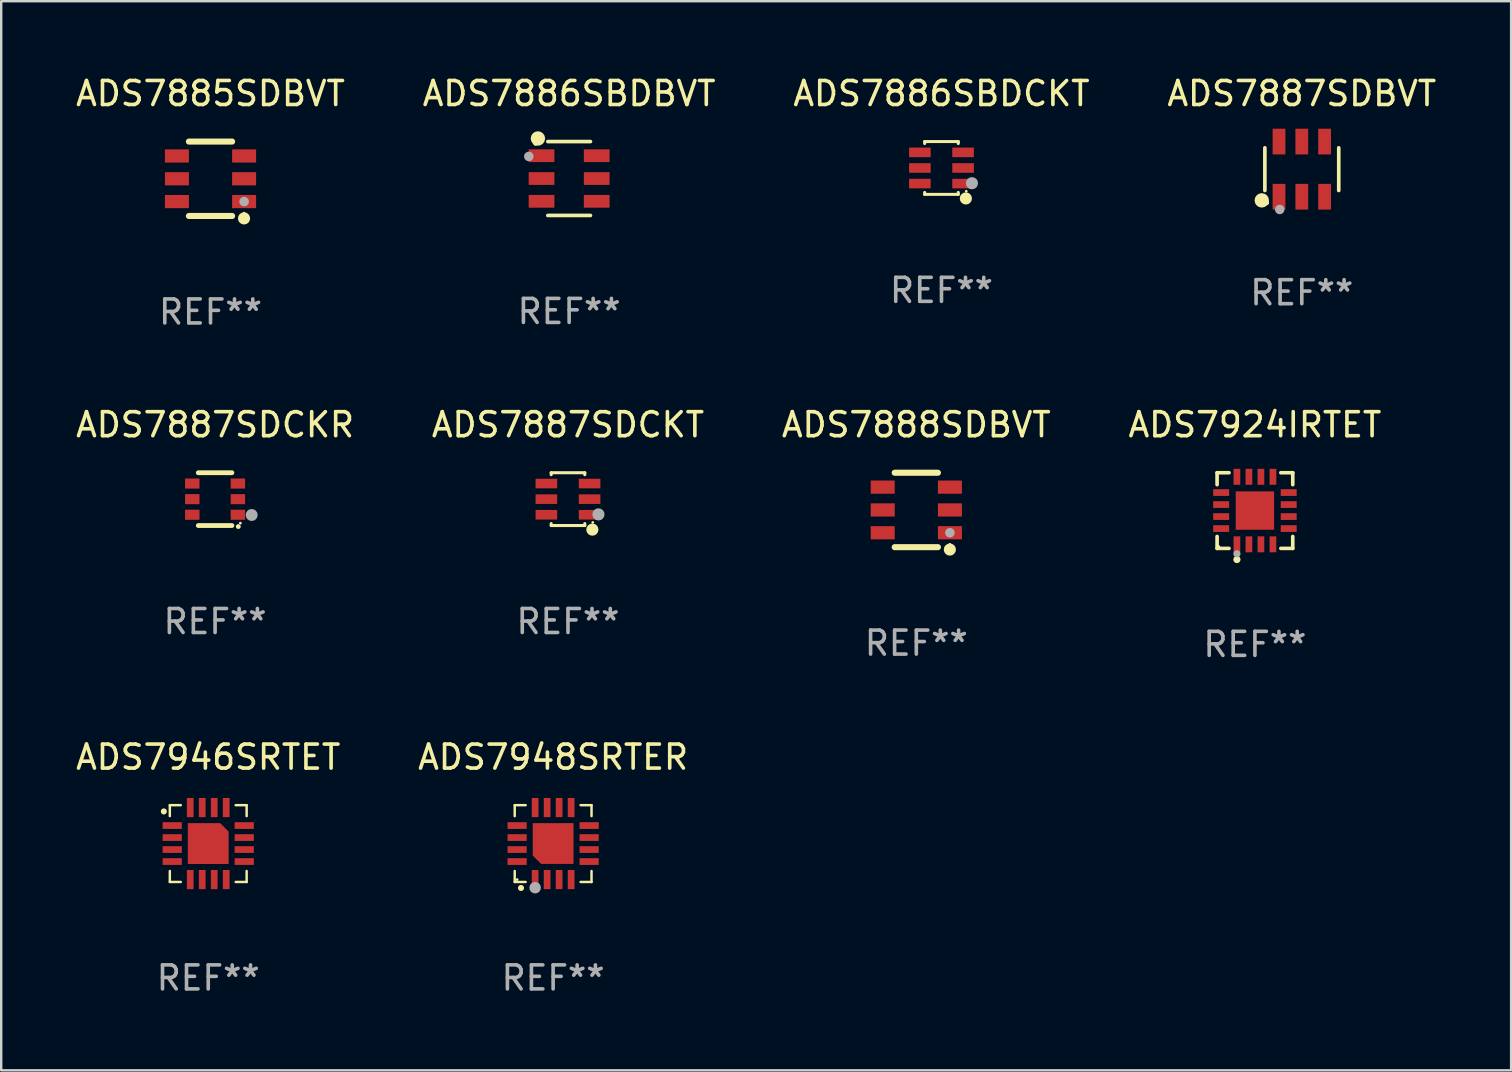
<source format=kicad_pcb>
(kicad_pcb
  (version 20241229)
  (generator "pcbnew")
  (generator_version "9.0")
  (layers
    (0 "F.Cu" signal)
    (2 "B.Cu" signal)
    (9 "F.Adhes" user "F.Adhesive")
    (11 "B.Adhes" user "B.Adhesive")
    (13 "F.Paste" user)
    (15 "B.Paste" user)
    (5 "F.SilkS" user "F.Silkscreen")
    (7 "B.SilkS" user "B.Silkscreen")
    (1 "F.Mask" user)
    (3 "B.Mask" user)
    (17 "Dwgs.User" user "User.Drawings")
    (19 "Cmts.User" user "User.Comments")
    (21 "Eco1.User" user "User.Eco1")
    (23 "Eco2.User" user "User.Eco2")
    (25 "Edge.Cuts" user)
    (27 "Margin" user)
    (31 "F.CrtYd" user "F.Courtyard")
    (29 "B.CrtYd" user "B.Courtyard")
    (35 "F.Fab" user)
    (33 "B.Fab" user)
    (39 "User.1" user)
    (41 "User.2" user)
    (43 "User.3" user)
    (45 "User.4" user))
  (footprint "ADS7946SRTET"
    (layer "F.Cu")
    (at 5.625 32.094)
    (property "Reference" "ADS7946SRTET" (at 0 -3.6 0) (layer "F.SilkS") (effects (font (size 1 1) (thickness 0.15))))
    (attr through_hole)
    (fp_line (start -1.6 -1.6) (end -1.6 -1.144) (stroke (width 0.102) (type solid)) (layer "F.SilkS"))
    (fp_line (start -1.6 1.144) (end -1.6 1.6) (stroke (width 0.102) (type solid)) (layer "F.SilkS"))
    (fp_line (start -1.6 1.6) (end -1.144 1.6) (stroke (width 0.102) (type solid)) (layer "F.SilkS"))
    (fp_line (start -1.144 -1.6) (end -1.6 -1.6) (stroke (width 0.102) (type solid)) (layer "F.SilkS"))
    (fp_line (start 1.144 1.6) (end 1.6 1.6) (stroke (width 0.102) (type solid)) (layer "F.SilkS"))
    (fp_line (start 1.6 -1.6) (end 1.144 -1.6) (stroke (width 0.102) (type solid)) (layer "F.SilkS"))
    (fp_line (start 1.6 -1.6) (end 1.6 -1.144) (stroke (width 0.102) (type solid)) (layer "F.SilkS"))
    (fp_line (start 1.6 1.144) (end 1.6 1.6) (stroke (width 0.102) (type solid)) (layer "F.SilkS"))
    (fp_arc (start -1.850114 -1.337414) (mid -1.850185 -1.338684) (end -1.850114 -1.339954) (stroke (width 0.25) (type solid)) (layer "F.SilkS"))
    (fp_text user "REF**" (at 0 5.6 0) (layer "F.Fab") (effects (font (size 1 1) (thickness 0.15))))
    (pad "1" smd rect (at -1.5 -0.75 270) (size 0.28 0.8) (layers "F.Cu" "F.Mask" "F.Paste"))
    (pad "2" smd rect (at -1.5 -0.25 270) (size 0.28 0.8) (layers "F.Cu" "F.Mask" "F.Paste"))
    (pad "3" smd rect (at -1.5 0.25 270) (size 0.28 0.8) (layers "F.Cu" "F.Mask" "F.Paste"))
    (pad "4" smd rect (at -1.5 0.75 270) (size 0.28 0.8) (layers "F.Cu" "F.Mask" "F.Paste"))
    (pad "5" smd rect (at -0.75 1.5 270) (size 0.8 0.28) (layers "F.Cu" "F.Mask" "F.Paste"))
    (pad "6" smd rect (at -0.25 1.5 270) (size 0.8 0.28) (layers "F.Cu" "F.Mask" "F.Paste"))
    (pad "7" smd rect (at 0.25 1.5 270) (size 0.8 0.28) (layers "F.Cu" "F.Mask" "F.Paste"))
    (pad "8" smd rect (at 0.75 1.5 270) (size 0.8 0.28) (layers "F.Cu" "F.Mask" "F.Paste"))
    (pad "9" smd rect (at 1.5 0.75 270) (size 0.28 0.8) (layers "F.Cu" "F.Mask" "F.Paste"))
    (pad "10" smd rect (at 1.5 0.25 270) (size 0.28 0.8) (layers "F.Cu" "F.Mask" "F.Paste"))
    (pad "11" smd rect (at 1.5 -0.25 270) (size 0.28 0.8) (layers "F.Cu" "F.Mask" "F.Paste"))
    (pad "12" smd rect (at 1.5 -0.75 270) (size 0.28 0.8) (layers "F.Cu" "F.Mask" "F.Paste"))
    (pad "13" smd rect (at 0.75 -1.5 270) (size 0.8 0.28) (layers "F.Cu" "F.Mask" "F.Paste"))
    (pad "14" smd rect (at 0.25 -1.5 270) (size 0.8 0.28) (layers "F.Cu" "F.Mask" "F.Paste"))
    (pad "15" smd rect (at -0.25 -1.5 270) (size 0.8 0.28) (layers "F.Cu" "F.Mask" "F.Paste"))
    (pad "16" smd rect (at -0.75 -1.5 270) (size 0.8 0.28) (layers "F.Cu" "F.Mask" "F.Paste"))
    (pad "17" smd custom (at 0.000025 0.000178 270) (size 1.7 1.7) (layers "F.Cu" "F.Mask" "F.Paste") (options (anchor circle)) (primitives (gr_poly (pts (xy 0.85 -0.85) (xy 0.85 0.85) (xy -0.85 0.85) (xy -0.85 -0.5) (xy -0.5 -0.85)) (width 0) (fill yes)))))
  (footprint "ADS7888SDBVT"
    (layer "F.Cu")
    (at 35.125 18.195)
    (property "Reference" "ADS7888SDBVT" (at 0 -3.55 0) (layer "F.SilkS") (effects (font (size 1 1) (thickness 0.15))))
    (attr through_hole)
    (fp_line (start -0.9 -1.55) (end 0.9 -1.55) (stroke (width 0.254) (type solid)) (layer "F.SilkS"))
    (fp_line (start -0.9 1.55) (end 0.9 1.55) (stroke (width 0.254) (type solid)) (layer "F.SilkS"))
    (fp_circle (center 1.397 1.651) (end 1.524 1.651) (stroke (width 0.254) (type solid)) (fill no) (layer "F.SilkS"))
    (fp_circle (center 1.4 1.435) (end 1.43 1.435) (stroke (width 0.06) (type solid)) (fill no) (layer "F.SilkS"))
    (fp_circle (center 1.4 0.95) (end 1.5 0.95) (stroke (width 0.2) (type solid)) (fill no) (layer "F.Fab"))
    (fp_text user "REF**" (at 0 5.55 0) (layer "F.Fab") (effects (font (size 1 1) (thickness 0.15))))
    (pad "1" smd rect (at 1.4 0.95) (size 1 0.55) (layers "F.Cu" "F.Mask" "F.Paste"))
    (pad "2" smd rect (at 1.4 -0.000102) (size 1 0.55) (layers "F.Cu" "F.Mask" "F.Paste"))
    (pad "3" smd rect (at 1.4 -0.95) (size 1 0.55) (layers "F.Cu" "F.Mask" "F.Paste"))
    (pad "4" smd rect (at -1.4 -0.95) (size 1 0.55) (layers "F.Cu" "F.Mask" "F.Paste"))
    (pad "5" smd rect (at -1.4 -0.000102) (size 1 0.55) (layers "F.Cu" "F.Mask" "F.Paste"))
    (pad "6" smd rect (at -1.4 0.95) (size 1 0.55) (layers "F.Cu" "F.Mask" "F.Paste")))
  (footprint "ADS7948SRTER"
    (layer "F.Cu")
    (at 19.994 32.094)
    (property "Reference" "ADS7948SRTER" (at 0 -3.6 0) (layer "F.SilkS") (effects (font (size 1 1) (thickness 0.15))))
    (attr through_hole)
    (fp_line (start -1.6 -1.6) (end -1.6 -1.144) (stroke (width 0.102) (type solid)) (layer "F.SilkS"))
    (fp_line (start -1.6 -1.6) (end -1.144 -1.6) (stroke (width 0.102) (type solid)) (layer "F.SilkS"))
    (fp_line (start -1.6 1.144) (end -1.6 1.6) (stroke (width 0.102) (type solid)) (layer "F.SilkS"))
    (fp_line (start -1.6 1.6) (end -1.144 1.6) (stroke (width 0.102) (type solid)) (layer "F.SilkS"))
    (fp_line (start 1.144 -1.6) (end 1.6 -1.6) (stroke (width 0.102) (type solid)) (layer "F.SilkS"))
    (fp_line (start 1.144 1.6) (end 1.6 1.6) (stroke (width 0.102) (type solid)) (layer "F.SilkS"))
    (fp_line (start 1.6 -1.144) (end 1.6 -1.6) (stroke (width 0.102) (type solid)) (layer "F.SilkS"))
    (fp_line (start 1.6 1.6) (end 1.6 1.144) (stroke (width 0.102) (type solid)) (layer "F.SilkS"))
    (fp_arc (start -1.339954 1.850114) (mid -1.338684 1.850043) (end -1.337414 1.850114) (stroke (width 0.25) (type solid)) (layer "F.SilkS"))
    (fp_circle (center -1.5 1.5) (end -1.47 1.5) (stroke (width 0.06) (type solid)) (fill no) (layer "F.SilkS"))
    (fp_circle (center -0.75 1.84) (end -0.63 1.84) (stroke (width 0.24) (type solid)) (fill no) (layer "F.Fab"))
    (fp_text user "REF**" (at 0 5.6 0) (layer "F.Fab") (effects (font (size 1 1) (thickness 0.15))))
    (pad "1" smd rect (at -0.75 1.5) (size 0.28 0.8) (layers "F.Cu" "F.Mask" "F.Paste"))
    (pad "2" smd rect (at -0.25 1.5) (size 0.28 0.8) (layers "F.Cu" "F.Mask" "F.Paste"))
    (pad "3" smd rect (at 0.25 1.5) (size 0.28 0.8) (layers "F.Cu" "F.Mask" "F.Paste"))
    (pad "4" smd rect (at 0.75 1.5) (size 0.28 0.8) (layers "F.Cu" "F.Mask" "F.Paste"))
    (pad "5" smd rect (at 1.5 0.75) (size 0.8 0.28) (layers "F.Cu" "F.Mask" "F.Paste"))
    (pad "6" smd rect (at 1.5 0.25) (size 0.8 0.28) (layers "F.Cu" "F.Mask" "F.Paste"))
    (pad "7" smd rect (at 1.5 -0.25) (size 0.8 0.28) (layers "F.Cu" "F.Mask" "F.Paste"))
    (pad "8" smd rect (at 1.5 -0.75) (size 0.8 0.28) (layers "F.Cu" "F.Mask" "F.Paste"))
    (pad "9" smd rect (at 0.75 -1.5) (size 0.28 0.8) (layers "F.Cu" "F.Mask" "F.Paste"))
    (pad "10" smd rect (at 0.25 -1.5) (size 0.28 0.8) (layers "F.Cu" "F.Mask" "F.Paste"))
    (pad "11" smd rect (at -0.25 -1.5) (size 0.28 0.8) (layers "F.Cu" "F.Mask" "F.Paste"))
    (pad "12" smd rect (at -0.75 -1.5) (size 0.28 0.8) (layers "F.Cu" "F.Mask" "F.Paste"))
    (pad "13" smd rect (at -1.5 -0.75) (size 0.8 0.28) (layers "F.Cu" "F.Mask" "F.Paste"))
    (pad "14" smd rect (at -1.5 -0.25) (size 0.8 0.28) (layers "F.Cu" "F.Mask" "F.Paste"))
    (pad "15" smd rect (at -1.5 0.25) (size 0.8 0.28) (layers "F.Cu" "F.Mask" "F.Paste"))
    (pad "16" smd rect (at -1.5 0.75) (size 0.8 0.28) (layers "F.Cu" "F.Mask" "F.Paste"))
    (pad "17" smd custom (at 0.000178 -0.000025) (size 1.7 1.7) (layers "F.Cu" "F.Mask" "F.Paste") (options (anchor circle)) (primitives (gr_poly (pts (xy -0.85 -0.85) (xy 0.85 -0.85) (xy 0.85 0.85) (xy -0.5 0.85) (xy -0.85 0.5)) (width 0) (fill yes)))))
  (footprint "ADS7886SBDBVT"
    (layer "F.Cu")
    (at 20.661 4.387)
    (property "Reference" "ADS7886SBDBVT" (at 0 -3.539 0) (layer "F.SilkS") (effects (font (size 1 1) (thickness 0.15))))
    (attr through_hole)
    (fp_line (start -0.889 -1.539) (end 0.889 -1.539) (stroke (width 0.152) (type solid)) (layer "F.SilkS"))
    (fp_line (start -0.889 1.539) (end 0.889 1.539) (stroke (width 0.152) (type solid)) (layer "F.SilkS"))
    (fp_circle (center -1.4 -1.463) (end -1.35 -1.463) (stroke (width 0.1) (type solid)) (fill no) (layer "F.SilkS"))
    (fp_circle (center -1.301 -1.668) (end -1.151 -1.668) (stroke (width 0.3) (type solid)) (fill no) (layer "F.SilkS"))
    (fp_circle (center -1.68 -0.92) (end -1.58 -0.92) (stroke (width 0.2) (type solid)) (fill no) (layer "F.Fab"))
    (fp_text user "REF**" (at 0 5.539 0) (layer "F.Fab") (effects (font (size 1 1) (thickness 0.15))))
    (pad "1" smd rect (at -1.149 -0.95 270) (size 0.532 1.072) (layers "F.Cu" "F.Mask" "F.Paste"))
    (pad "2" smd rect (at -1.149 0.000102 270) (size 0.532 1.072) (layers "F.Cu" "F.Mask" "F.Paste"))
    (pad "3" smd rect (at -1.149 0.95 270) (size 0.532 1.072) (layers "F.Cu" "F.Mask" "F.Paste"))
    (pad "4" smd rect (at 1.149 0.95 270) (size 0.532 1.072) (layers "F.Cu" "F.Mask" "F.Paste"))
    (pad "5" smd rect (at 1.149 0.000102 270) (size 0.532 1.072) (layers "F.Cu" "F.Mask" "F.Paste"))
    (pad "6" smd rect (at 1.149 -0.95 270) (size 0.532 1.072) (layers "F.Cu" "F.Mask" "F.Paste")))
  (footprint "ADS7885SDBVT"
    (layer "F.Cu")
    (at 5.72 4.398)
    (property "Reference" "ADS7885SDBVT" (at 0 -3.55 0) (layer "F.SilkS") (effects (font (size 1 1) (thickness 0.15))))
    (attr through_hole)
    (fp_line (start -0.9 -1.55) (end 0.9 -1.55) (stroke (width 0.254) (type solid)) (layer "F.SilkS"))
    (fp_line (start -0.9 1.55) (end 0.9 1.55) (stroke (width 0.254) (type solid)) (layer "F.SilkS"))
    (fp_circle (center 1.397 1.651) (end 1.524 1.651) (stroke (width 0.254) (type solid)) (fill no) (layer "F.SilkS"))
    (fp_circle (center 1.4 1.435) (end 1.43 1.435) (stroke (width 0.06) (type solid)) (fill no) (layer "F.SilkS"))
    (fp_circle (center 1.4 0.95) (end 1.5 0.95) (stroke (width 0.2) (type solid)) (fill no) (layer "F.Fab"))
    (fp_text user "REF**" (at 0 5.55 0) (layer "F.Fab") (effects (font (size 1 1) (thickness 0.15))))
    (pad "1" smd rect (at 1.4 0.95) (size 1 0.55) (layers "F.Cu" "F.Mask" "F.Paste"))
    (pad "2" smd rect (at 1.4 -0.000102) (size 1 0.55) (layers "F.Cu" "F.Mask" "F.Paste"))
    (pad "3" smd rect (at 1.4 -0.95) (size 1 0.55) (layers "F.Cu" "F.Mask" "F.Paste"))
    (pad "4" smd rect (at -1.4 -0.95) (size 1 0.55) (layers "F.Cu" "F.Mask" "F.Paste"))
    (pad "5" smd rect (at -1.4 -0.000102) (size 1 0.55) (layers "F.Cu" "F.Mask" "F.Paste"))
    (pad "6" smd rect (at -1.4 0.95) (size 1 0.55) (layers "F.Cu" "F.Mask" "F.Paste")))
  (footprint "ADS7887SDBVT"
    (layer "F.Cu")
    (at 51.185 3.997)
    (property "Reference" "ADS7887SDBVT" (at 0 -3.149 0) (layer "F.SilkS") (effects (font (size 1 1) (thickness 0.15))))
    (attr through_hole)
    (fp_line (start -1.539 0.889) (end -1.539 -0.889) (stroke (width 0.152) (type solid)) (layer "F.SilkS"))
    (fp_line (start 1.539 0.889) (end 1.539 -0.889) (stroke (width 0.152) (type solid)) (layer "F.SilkS"))
    (fp_circle (center -1.668 1.301) (end -1.518 1.301) (stroke (width 0.3) (type solid)) (fill no) (layer "F.SilkS"))
    (fp_circle (center -1.463 1.4) (end -1.413 1.4) (stroke (width 0.1) (type solid)) (fill no) (layer "F.SilkS"))
    (fp_circle (center -0.92 1.68) (end -0.82 1.68) (stroke (width 0.2) (type solid)) (fill no) (layer "F.Fab"))
    (fp_text user "REF**" (at 0 5.149 0) (layer "F.Fab") (effects (font (size 1 1) (thickness 0.15))))
    (pad "1" smd rect (at -0.95 1.149) (size 0.532 1.072) (layers "F.Cu" "F.Mask" "F.Paste"))
    (pad "2" smd rect (at 0 1.149) (size 0.532 1.072) (layers "F.Cu" "F.Mask" "F.Paste"))
    (pad "3" smd rect (at 0.95 1.149) (size 0.532 1.072) (layers "F.Cu" "F.Mask" "F.Paste"))
    (pad "4" smd rect (at 0.95 -1.149) (size 0.532 1.072) (layers "F.Cu" "F.Mask" "F.Paste"))
    (pad "5" smd rect (at 0 -1.149) (size 0.532 1.072) (layers "F.Cu" "F.Mask" "F.Paste"))
    (pad "6" smd rect (at -0.95 -1.149) (size 0.532 1.072) (layers "F.Cu" "F.Mask" "F.Paste")))
  (footprint "ADS7924IRTET"
    (layer "F.Cu")
    (at 49.232 18.221)
    (property "Reference" "ADS7924IRTET" (at 0 -3.576 0) (layer "F.SilkS") (effects (font (size 1 1) (thickness 0.15))))
    (attr through_hole)
    (fp_line (start -1.576 -1.576) (end -1.08 -1.576) (stroke (width 0.152) (type solid)) (layer "F.SilkS"))
    (fp_line (start -1.576 -1.08) (end -1.576 -1.576) (stroke (width 0.152) (type solid)) (layer "F.SilkS"))
    (fp_line (start -1.576 1.08) (end -1.576 1.576) (stroke (width 0.152) (type solid)) (layer "F.SilkS"))
    (fp_line (start -1.576 1.576) (end -1.08 1.576) (stroke (width 0.152) (type solid)) (layer "F.SilkS"))
    (fp_line (start 1.576 -1.576) (end 1.08 -1.576) (stroke (width 0.152) (type solid)) (layer "F.SilkS"))
    (fp_line (start 1.576 -1.08) (end 1.576 -1.576) (stroke (width 0.152) (type solid)) (layer "F.SilkS"))
    (fp_line (start 1.576 1.08) (end 1.576 1.576) (stroke (width 0.152) (type solid)) (layer "F.SilkS"))
    (fp_line (start 1.576 1.576) (end 1.08 1.576) (stroke (width 0.152) (type solid)) (layer "F.SilkS"))
    (fp_circle (center -1.5 1.5) (end -1.47 1.5) (stroke (width 0.06) (type solid)) (fill no) (layer "F.SilkS"))
    (fp_circle (center -0.75 2.04) (end -0.675 2.04) (stroke (width 0.15) (type solid)) (fill no) (layer "F.SilkS"))
    (fp_circle (center -0.75 1.8) (end -0.675 1.8) (stroke (width 0.15) (type solid)) (fill no) (layer "F.Fab"))
    (fp_text user "REF**" (at 0 5.576 0) (layer "F.Fab") (effects (font (size 1 1) (thickness 0.15))))
    (pad "1" smd rect (at -0.75 1.407) (size 0.28 0.665) (layers "F.Cu" "F.Mask" "F.Paste"))
    (pad "2" smd rect (at -0.25 1.407) (size 0.28 0.665) (layers "F.Cu" "F.Mask" "F.Paste"))
    (pad "3" smd rect (at 0.25 1.407) (size 0.28 0.665) (layers "F.Cu" "F.Mask" "F.Paste"))
    (pad "4" smd rect (at 0.75 1.407) (size 0.28 0.665) (layers "F.Cu" "F.Mask" "F.Paste"))
    (pad "5" smd rect (at 1.407 0.75) (size 0.665 0.28) (layers "F.Cu" "F.Mask" "F.Paste"))
    (pad "6" smd rect (at 1.407 0.25) (size 0.665 0.28) (layers "F.Cu" "F.Mask" "F.Paste"))
    (pad "7" smd rect (at 1.407 -0.25) (size 0.665 0.28) (layers "F.Cu" "F.Mask" "F.Paste"))
    (pad "8" smd rect (at 1.407 -0.75) (size 0.665 0.28) (layers "F.Cu" "F.Mask" "F.Paste"))
    (pad "9" smd rect (at 0.75 -1.407) (size 0.28 0.665) (layers "F.Cu" "F.Mask" "F.Paste"))
    (pad "10" smd rect (at 0.25 -1.407) (size 0.28 0.665) (layers "F.Cu" "F.Mask" "F.Paste"))
    (pad "11" smd rect (at -0.25 -1.407) (size 0.28 0.665) (layers "F.Cu" "F.Mask" "F.Paste"))
    (pad "12" smd rect (at -0.75 -1.407) (size 0.28 0.665) (layers "F.Cu" "F.Mask" "F.Paste"))
    (pad "13" smd rect (at -1.407 -0.75) (size 0.665 0.28) (layers "F.Cu" "F.Mask" "F.Paste"))
    (pad "14" smd rect (at -1.407 -0.25) (size 0.665 0.28) (layers "F.Cu" "F.Mask" "F.Paste"))
    (pad "15" smd rect (at -1.407 0.25) (size 0.665 0.28) (layers "F.Cu" "F.Mask" "F.Paste"))
    (pad "16" smd rect (at -1.407 0.75) (size 0.665 0.28) (layers "F.Cu" "F.Mask" "F.Paste"))
    (pad "17" smd rect (at 0 0) (size 1.6 1.6) (layers "F.Cu" "F.Mask" "F.Paste")))
  (footprint "ADS7887SDCKT"
    (layer "F.Cu")
    (at 20.613 17.745)
    (property "Reference" "ADS7887SDCKT" (at 0 -3.1 0) (layer "F.SilkS") (effects (font (size 1 1) (thickness 0.15))))
    (attr through_hole)
    (fp_line (start -0.7 -1.018) (end -0.7 -1.1) (stroke (width 0.127) (type solid)) (layer "F.SilkS"))
    (fp_line (start -0.7 1.1) (end -0.7 1.018) (stroke (width 0.127) (type solid)) (layer "F.SilkS"))
    (fp_line (start 0.7 -1.1) (end -0.7 -1.1) (stroke (width 0.127) (type solid)) (layer "F.SilkS"))
    (fp_line (start 0.7 -1.018) (end 0.7 -1.1) (stroke (width 0.127) (type solid)) (layer "F.SilkS"))
    (fp_line (start 0.7 1.1) (end -0.7 1.1) (stroke (width 0.127) (type solid)) (layer "F.SilkS"))
    (fp_line (start 0.7 1.1) (end 0.7 1.018) (stroke (width 0.127) (type solid)) (layer "F.SilkS"))
    (fp_circle (center 1.016 1.27) (end 1.143 1.27) (stroke (width 0.254) (type solid)) (fill no) (layer "F.SilkS"))
    (fp_circle (center 1.032 0.97) (end 1.062 0.97) (stroke (width 0.06) (type solid)) (fill no) (layer "F.SilkS"))
    (fp_circle (center 1.27 0.635) (end 1.397 0.635) (stroke (width 0.254) (type solid)) (fill no) (layer "F.Fab"))
    (fp_text user "REF**" (at 0 5.1 0) (layer "F.Fab") (effects (font (size 1 1) (thickness 0.15))))
    (pad "1" smd rect (at 0.9 0.65 90) (size 0.4 0.9) (layers "F.Cu" "F.Mask" "F.Paste"))
    (pad "2" smd rect (at 0.9 -0.000102 90) (size 0.4 0.9) (layers "F.Cu" "F.Mask" "F.Paste"))
    (pad "3" smd rect (at 0.9 -0.65 90) (size 0.4 0.9) (layers "F.Cu" "F.Mask" "F.Paste"))
    (pad "4" smd rect (at -0.9 -0.65 90) (size 0.4 0.9) (layers "F.Cu" "F.Mask" "F.Paste"))
    (pad "5" smd rect (at -0.9 -0.000102 90) (size 0.4 0.9) (layers "F.Cu" "F.Mask" "F.Paste"))
    (pad "6" smd rect (at -0.9 0.65 90) (size 0.4 0.9) (layers "F.Cu" "F.Mask" "F.Paste")))
  (footprint "ADS7887SDCKR"
    (layer "F.Cu")
    (at 5.911 17.745)
    (property "Reference" "ADS7887SDCKR" (at 0 -3.1 0) (layer "F.SilkS") (effects (font (size 1 1) (thickness 0.15))))
    (attr through_hole)
    (fp_line (start -0.7 -1.1) (end 0.7 -1.1) (stroke (width 0.2) (type solid)) (layer "F.SilkS"))
    (fp_line (start -0.7 1.1) (end 0.7 1.1) (stroke (width 0.2) (type solid)) (layer "F.SilkS"))
    (fp_arc (start 0.965202 1.143002) (mid 0.966472 1.142996) (end 0.967742 1.143002) (stroke (width 0.2) (type solid)) (layer "F.SilkS"))
    (fp_circle (center 1.053 1) (end 1.083 1) (stroke (width 0.06) (type solid)) (fill no) (layer "F.SilkS"))
    (fp_circle (center 1.524 0.66) (end 1.649 0.66) (stroke (width 0.25) (type solid)) (fill no) (layer "F.Fab"))
    (fp_text user "REF**" (at 0 5.1 0) (layer "F.Fab") (effects (font (size 1 1) (thickness 0.15))))
    (pad "1" smd rect (at 0.95 0.65 90) (size 0.42 0.6) (layers "F.Cu" "F.Mask" "F.Paste"))
    (pad "2" smd rect (at 0.95 0 90) (size 0.42 0.6) (layers "F.Cu" "F.Mask" "F.Paste"))
    (pad "3" smd rect (at 0.95 -0.65 90) (size 0.42 0.6) (layers "F.Cu" "F.Mask" "F.Paste"))
    (pad "4" smd rect (at -0.95 -0.65 270) (size 0.42 0.6) (layers "F.Cu" "F.Mask" "F.Paste"))
    (pad "5" smd rect (at -0.95 0 270) (size 0.42 0.6) (layers "F.Cu" "F.Mask" "F.Paste"))
    (pad "6" smd rect (at -0.95 0.65 270) (size 0.42 0.6) (layers "F.Cu" "F.Mask" "F.Paste")))
  (footprint "ADS7886SBDCKT"
    (layer "F.Cu")
    (at 36.173 3.948)
    (property "Reference" "ADS7886SBDCKT" (at 0 -3.1 0) (layer "F.SilkS") (effects (font (size 1 1) (thickness 0.15))))
    (attr through_hole)
    (fp_line (start -0.7 -1.018) (end -0.7 -1.1) (stroke (width 0.127) (type solid)) (layer "F.SilkS"))
    (fp_line (start -0.7 1.1) (end -0.7 1.018) (stroke (width 0.127) (type solid)) (layer "F.SilkS"))
    (fp_line (start 0.7 -1.1) (end -0.7 -1.1) (stroke (width 0.127) (type solid)) (layer "F.SilkS"))
    (fp_line (start 0.7 -1.018) (end 0.7 -1.1) (stroke (width 0.127) (type solid)) (layer "F.SilkS"))
    (fp_line (start 0.7 1.1) (end -0.7 1.1) (stroke (width 0.127) (type solid)) (layer "F.SilkS"))
    (fp_line (start 0.7 1.1) (end 0.7 1.018) (stroke (width 0.127) (type solid)) (layer "F.SilkS"))
    (fp_circle (center 1.016 1.27) (end 1.143 1.27) (stroke (width 0.254) (type solid)) (fill no) (layer "F.SilkS"))
    (fp_circle (center 1.032 0.97) (end 1.062 0.97) (stroke (width 0.06) (type solid)) (fill no) (layer "F.SilkS"))
    (fp_circle (center 1.27 0.635) (end 1.397 0.635) (stroke (width 0.254) (type solid)) (fill no) (layer "F.Fab"))
    (fp_text user "REF**" (at 0 5.1 0) (layer "F.Fab") (effects (font (size 1 1) (thickness 0.15))))
    (pad "1" smd rect (at 0.9 0.65 90) (size 0.4 0.9) (layers "F.Cu" "F.Mask" "F.Paste"))
    (pad "2" smd rect (at 0.9 -0.000102 90) (size 0.4 0.9) (layers "F.Cu" "F.Mask" "F.Paste"))
    (pad "3" smd rect (at 0.9 -0.65 90) (size 0.4 0.9) (layers "F.Cu" "F.Mask" "F.Paste"))
    (pad "4" smd rect (at -0.9 -0.65 90) (size 0.4 0.9) (layers "F.Cu" "F.Mask" "F.Paste"))
    (pad "5" smd rect (at -0.9 -0.000102 90) (size 0.4 0.9) (layers "F.Cu" "F.Mask" "F.Paste"))
    (pad "6" smd rect (at -0.9 0.65 90) (size 0.4 0.9) (layers "F.Cu" "F.Mask" "F.Paste")))
  (gr_rect
    (start -3 -3)
    (end 59.905 41.542)
    (stroke (width 0.1) (type default))
    (fill no)
    (layer "Edge.Cuts")))
</source>
